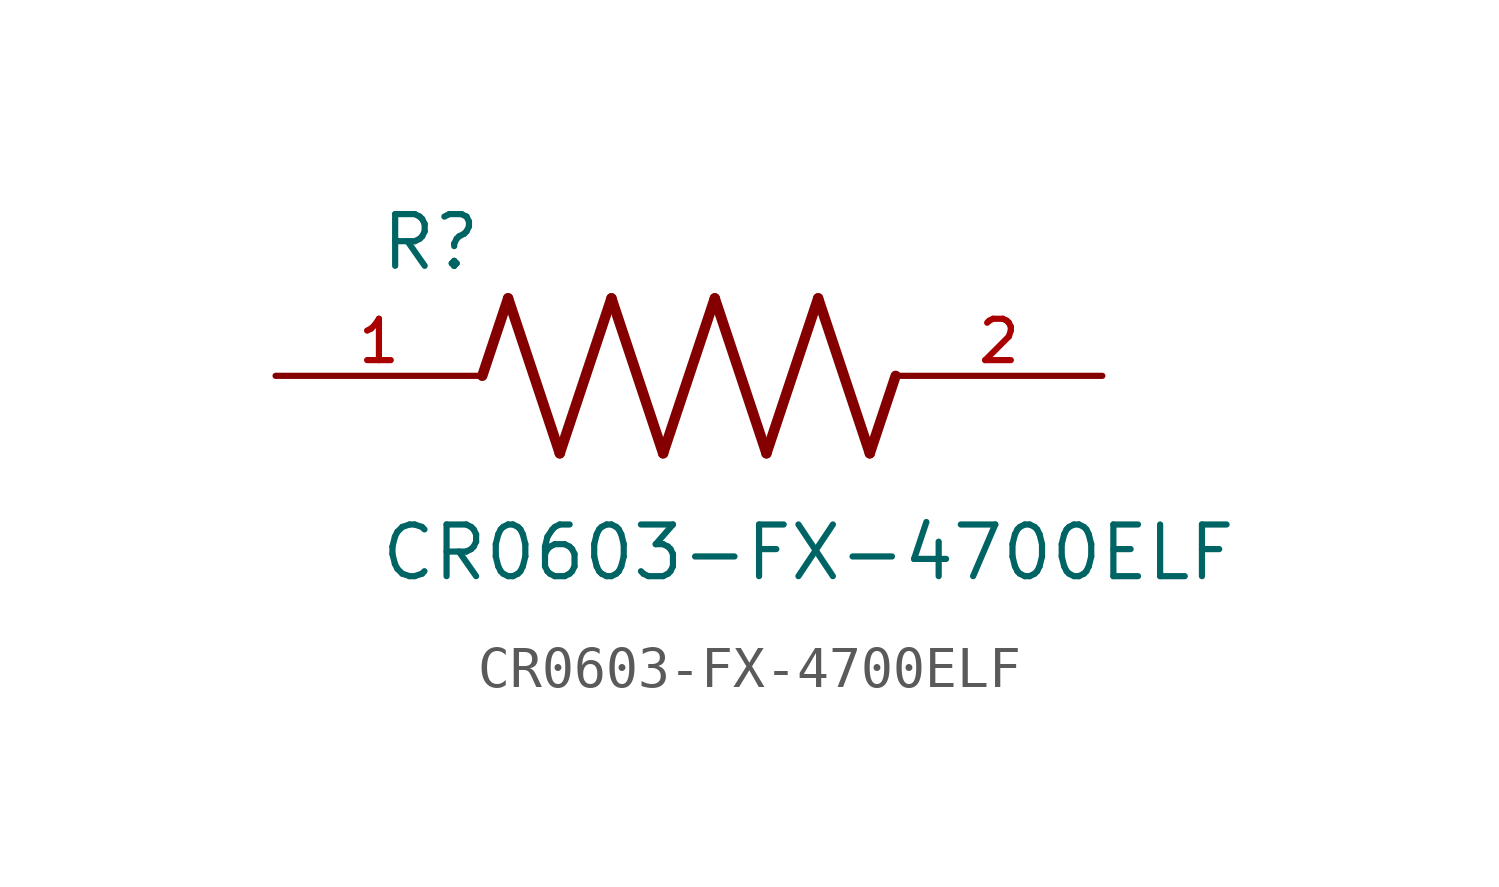
<source format=kicad_sym>
(kicad_symbol_lib
  (version 20211014)
  (generator kicad_symbol_editor)
  (symbol "CR0603-FX-4700ELF"
    (pin_names
      (offset 1.016))
    (property "Reference" "R"
      (at -7.624 2.541 0)
      (effects (font (size 1.27 1.27)) (justify bottom left)))
    (property "Value" "CR0603-FX-4700ELF"
      (at -7.63 -5.087 0)
      (effects (font (size 1.27 1.27)) (justify bottom left)))
    (symbol "CR0603-FX-4700ELF_0_0"
      (polyline (pts (xy -5.08 0.0) (xy -4.445 1.905)) (stroke (width 0.254)))
      (polyline (pts (xy -4.445 1.905) (xy -3.175 -1.905)) (stroke (width 0.254)))
      (polyline (pts (xy -3.175 -1.905) (xy -1.905 1.905)) (stroke (width 0.254)))
      (polyline (pts (xy -1.905 1.905) (xy -0.635 -1.905)) (stroke (width 0.254)))
      (polyline (pts (xy -0.635 -1.905) (xy 0.635 1.905)) (stroke (width 0.254)))
      (polyline (pts (xy 0.635 1.905) (xy 1.905 -1.905)) (stroke (width 0.254)))
      (polyline (pts (xy 1.905 -1.905) (xy 3.175 1.905)) (stroke (width 0.254)))
      (polyline (pts (xy 3.175 1.905) (xy 4.445 -1.905)) (stroke (width 0.254)))
      (polyline (pts (xy 4.445 -1.905) (xy 5.08 0.0)) (stroke (width 0.254)))
      (pin passive line (at -10.16 0.0 0) (length 5.08) (name "~" (effects (font (size 1.016 1.016)))) (number "1" (effects (font (size 1.016 1.016)))))
      (pin passive line (at 10.16 0.0 180.0) (length 5.08) (name "~" (effects (font (size 1.016 1.016)))) (number "2" (effects (font (size 1.016 1.016))))))))
</source>
